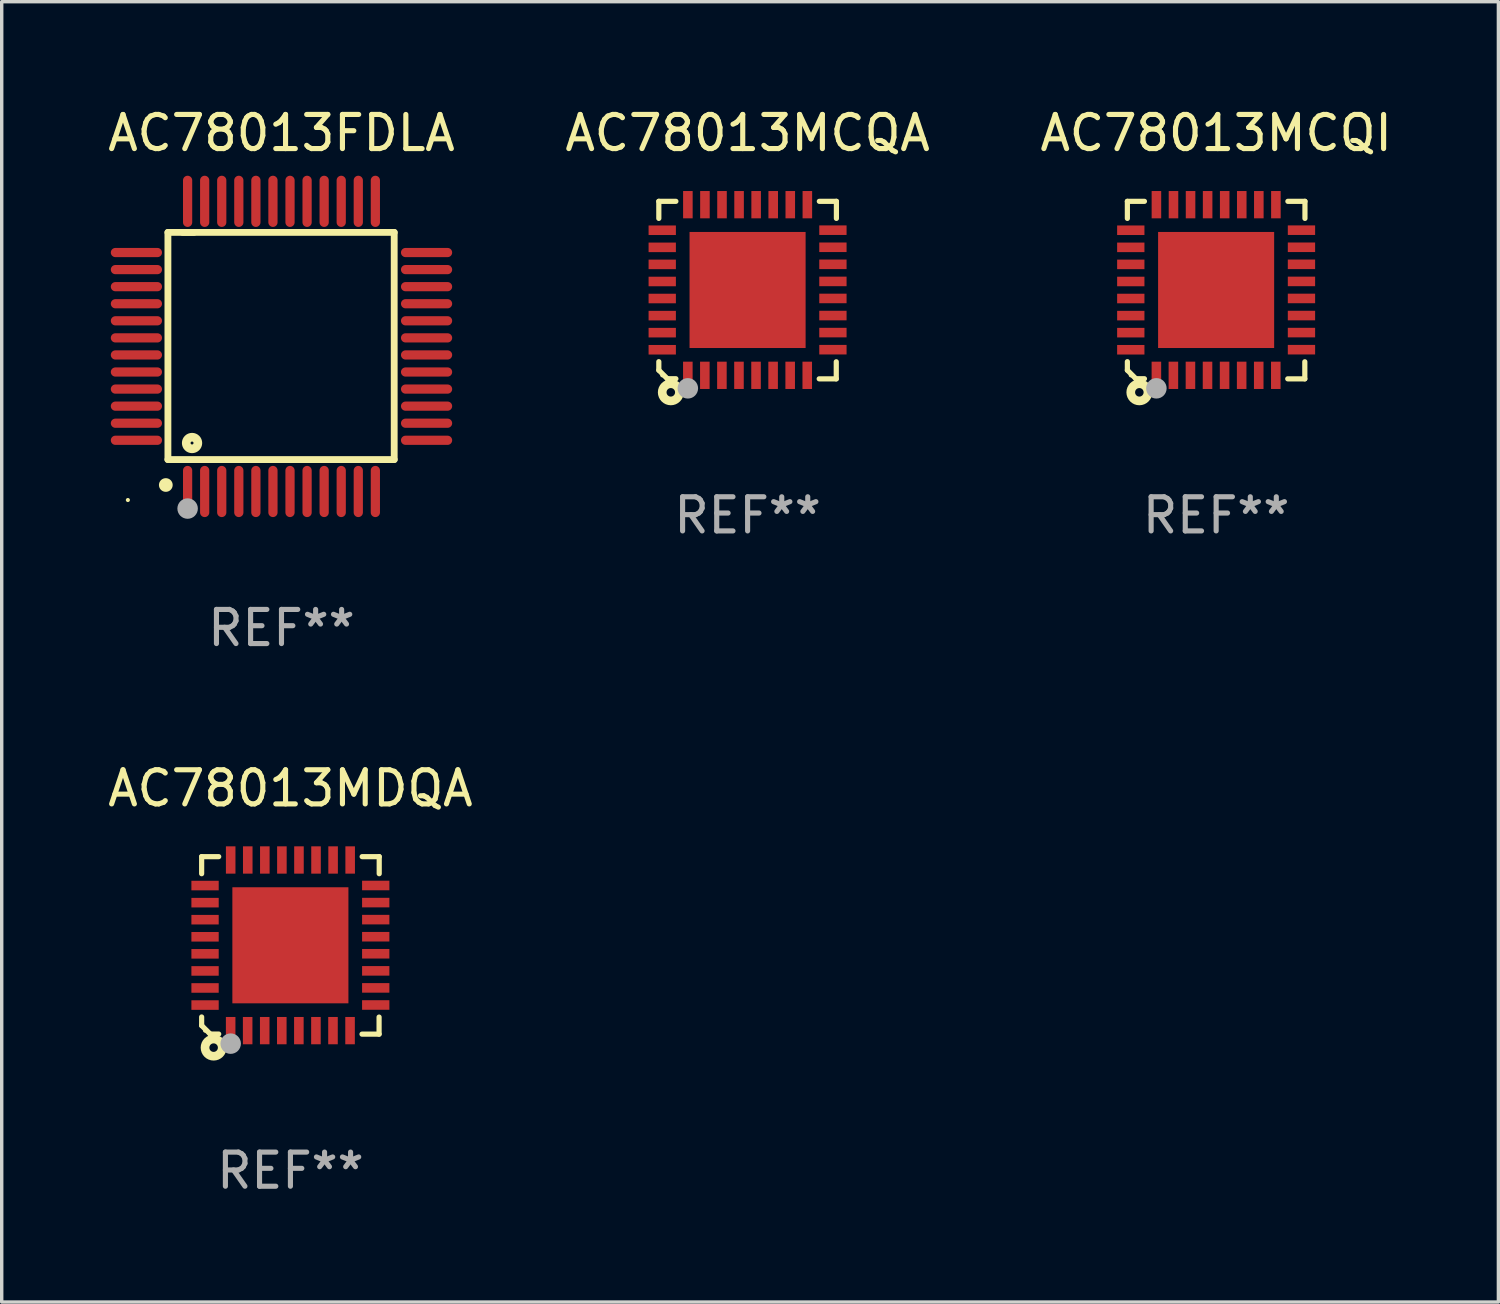
<source format=kicad_pcb>
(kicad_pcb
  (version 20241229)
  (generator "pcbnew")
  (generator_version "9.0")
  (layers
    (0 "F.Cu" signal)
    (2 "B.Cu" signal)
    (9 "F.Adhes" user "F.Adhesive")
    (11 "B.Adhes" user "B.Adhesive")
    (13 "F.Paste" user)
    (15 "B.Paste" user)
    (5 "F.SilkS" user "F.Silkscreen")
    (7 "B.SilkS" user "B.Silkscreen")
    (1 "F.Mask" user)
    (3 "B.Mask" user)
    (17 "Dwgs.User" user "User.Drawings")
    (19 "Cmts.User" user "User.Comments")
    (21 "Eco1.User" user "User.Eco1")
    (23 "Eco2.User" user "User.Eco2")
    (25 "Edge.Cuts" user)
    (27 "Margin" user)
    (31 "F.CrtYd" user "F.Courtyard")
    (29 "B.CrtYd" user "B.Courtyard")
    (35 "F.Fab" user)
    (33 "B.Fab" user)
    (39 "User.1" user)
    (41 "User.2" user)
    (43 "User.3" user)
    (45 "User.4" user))
  (footprint "AC78013MCQA"
    (layer "F.Cu")
    (at 18.851 5.448)
    (property "Reference" "AC78013MCQA" (at 0 -4.6 0) (layer "F.SilkS") (effects (font (size 1 1) (thickness 0.15))))
    (attr through_hole)
    (fp_line (start -2.601 2.097) (end -2.601 2.347) (stroke (width 0.152) (type solid)) (layer "F.SilkS"))
    (fp_line (start -2.601 2.347) (end -2.351 2.597) (stroke (width 0.152) (type solid)) (layer "F.SilkS"))
    (fp_line (start -2.601 -2.6) (end -2.601 -2.1) (stroke (width 0.152) (type solid)) (layer "F.SilkS"))
    (fp_line (start -2.601 -2.6) (end -2.101 -2.6) (stroke (width 0.152) (type solid)) (layer "F.SilkS"))
    (fp_line (start -2.351 2.597) (end -2.101 2.597) (stroke (width 0.152) (type solid)) (layer "F.SilkS"))
    (fp_line (start 2.597 2.6) (end 2.097 2.6) (stroke (width 0.152) (type solid)) (layer "F.SilkS"))
    (fp_line (start 2.597 2.6) (end 2.597 2.1) (stroke (width 0.152) (type solid)) (layer "F.SilkS"))
    (fp_line (start 2.601 -2.6) (end 2.101 -2.6) (stroke (width 0.152) (type solid)) (layer "F.SilkS"))
    (fp_line (start 2.601 -2.6) (end 2.601 -2.1) (stroke (width 0.152) (type solid)) (layer "F.SilkS"))
    (fp_circle (center -2.501 2.497) (end -2.471 2.497) (stroke (width 0.06) (type solid)) (fill no) (layer "F.SilkS"))
    (fp_circle (center -2.25 2.995) (end -2.125 2.995) (stroke (width 0.254) (type solid)) (fill no) (layer "F.SilkS"))
    (fp_circle (center -1.751 2.878) (end -1.601 2.878) (stroke (width 0.3) (type solid)) (fill no) (layer "F.Fab"))
    (fp_text user "REF**" (at 0 6.6 0) (layer "F.Fab") (effects (font (size 1 1) (thickness 0.15))))
    (pad "1" smd rect (at -1.751 2.497) (size 0.28 0.8) (layers "F.Cu" "F.Mask" "F.Paste"))
    (pad "2" smd rect (at -1.253 2.497) (size 0.28 0.8) (layers "F.Cu" "F.Mask" "F.Paste"))
    (pad "3" smd rect (at -0.753 2.497) (size 0.28 0.8) (layers "F.Cu" "F.Mask" "F.Paste"))
    (pad "4" smd rect (at -0.253 2.497) (size 0.28 0.8) (layers "F.Cu" "F.Mask" "F.Paste"))
    (pad "5" smd rect (at 0.247 2.497) (size 0.28 0.8) (layers "F.Cu" "F.Mask" "F.Paste"))
    (pad "6" smd rect (at 0.747 2.497) (size 0.28 0.8) (layers "F.Cu" "F.Mask" "F.Paste"))
    (pad "7" smd rect (at 1.247 2.497) (size 0.28 0.8) (layers "F.Cu" "F.Mask" "F.Paste"))
    (pad "8" smd rect (at 1.747 2.497) (size 0.28 0.8) (layers "F.Cu" "F.Mask" "F.Paste"))
    (pad "9" smd rect (at 2.499 1.746) (size 0.8 0.28) (layers "F.Cu" "F.Mask" "F.Paste"))
    (pad "10" smd rect (at 2.499 1.245) (size 0.8 0.28) (layers "F.Cu" "F.Mask" "F.Paste"))
    (pad "11" smd rect (at 2.499 0.746) (size 0.8 0.28) (layers "F.Cu" "F.Mask" "F.Paste"))
    (pad "12" smd rect (at 2.499 0.245) (size 0.8 0.28) (layers "F.Cu" "F.Mask" "F.Paste"))
    (pad "13" smd rect (at 2.499 -0.254) (size 0.8 0.28) (layers "F.Cu" "F.Mask" "F.Paste"))
    (pad "14" smd rect (at 2.499 -0.755) (size 0.8 0.28) (layers "F.Cu" "F.Mask" "F.Paste"))
    (pad "15" smd rect (at 2.499 -1.254) (size 0.8 0.28) (layers "F.Cu" "F.Mask" "F.Paste"))
    (pad "16" smd rect (at 2.499 -1.755) (size 0.8 0.28) (layers "F.Cu" "F.Mask" "F.Paste"))
    (pad "17" smd rect (at 1.75 -2.502) (size 0.28 0.8) (layers "F.Cu" "F.Mask" "F.Paste"))
    (pad "18" smd rect (at 1.25 -2.502) (size 0.28 0.8) (layers "F.Cu" "F.Mask" "F.Paste"))
    (pad "19" smd rect (at 0.75 -2.502) (size 0.28 0.8) (layers "F.Cu" "F.Mask" "F.Paste"))
    (pad "20" smd rect (at 0.25 -2.502) (size 0.28 0.8) (layers "F.Cu" "F.Mask" "F.Paste"))
    (pad "21" smd rect (at -0.25 -2.502) (size 0.28 0.8) (layers "F.Cu" "F.Mask" "F.Paste"))
    (pad "22" smd rect (at -0.75 -2.502) (size 0.28 0.8) (layers "F.Cu" "F.Mask" "F.Paste"))
    (pad "23" smd rect (at -1.25 -2.502) (size 0.28 0.8) (layers "F.Cu" "F.Mask" "F.Paste"))
    (pad "24" smd rect (at -1.75 -2.502) (size 0.28 0.8) (layers "F.Cu" "F.Mask" "F.Paste"))
    (pad "25" smd rect (at -2.501 -1.753) (size 0.8 0.28) (layers "F.Cu" "F.Mask" "F.Paste"))
    (pad "26" smd rect (at -2.501 -1.252) (size 0.8 0.28) (layers "F.Cu" "F.Mask" "F.Paste"))
    (pad "27" smd rect (at -2.501 -0.753) (size 0.8 0.28) (layers "F.Cu" "F.Mask" "F.Paste"))
    (pad "28" smd rect (at -2.501 -0.252) (size 0.8 0.28) (layers "F.Cu" "F.Mask" "F.Paste"))
    (pad "29" smd rect (at -2.501 0.247) (size 0.8 0.28) (layers "F.Cu" "F.Mask" "F.Paste"))
    (pad "30" smd rect (at -2.501 0.748) (size 0.8 0.28) (layers "F.Cu" "F.Mask" "F.Paste"))
    (pad "31" smd rect (at -2.501 1.247) (size 0.8 0.28) (layers "F.Cu" "F.Mask" "F.Paste"))
    (pad "32" smd rect (at -2.501 1.748) (size 0.8 0.28) (layers "F.Cu" "F.Mask" "F.Paste"))
    (pad "33" smd rect (at -0.001 -0.003 180) (size 3.4 3.4) (layers "F.Cu" "F.Mask" "F.Paste")))
  (footprint "AC78013MCQI"
    (layer "F.Cu")
    (at 32.577 5.448)
    (property "Reference" "AC78013MCQI" (at 0 -4.6 0) (layer "F.SilkS") (effects (font (size 1 1) (thickness 0.15))))
    (attr through_hole)
    (fp_line (start -2.601 2.097) (end -2.601 2.347) (stroke (width 0.152) (type solid)) (layer "F.SilkS"))
    (fp_line (start -2.601 2.347) (end -2.351 2.597) (stroke (width 0.152) (type solid)) (layer "F.SilkS"))
    (fp_line (start -2.601 -2.6) (end -2.601 -2.1) (stroke (width 0.152) (type solid)) (layer "F.SilkS"))
    (fp_line (start -2.601 -2.6) (end -2.101 -2.6) (stroke (width 0.152) (type solid)) (layer "F.SilkS"))
    (fp_line (start -2.351 2.597) (end -2.101 2.597) (stroke (width 0.152) (type solid)) (layer "F.SilkS"))
    (fp_line (start 2.597 2.6) (end 2.097 2.6) (stroke (width 0.152) (type solid)) (layer "F.SilkS"))
    (fp_line (start 2.597 2.6) (end 2.597 2.1) (stroke (width 0.152) (type solid)) (layer "F.SilkS"))
    (fp_line (start 2.601 -2.6) (end 2.101 -2.6) (stroke (width 0.152) (type solid)) (layer "F.SilkS"))
    (fp_line (start 2.601 -2.6) (end 2.601 -2.1) (stroke (width 0.152) (type solid)) (layer "F.SilkS"))
    (fp_circle (center -2.501 2.497) (end -2.471 2.497) (stroke (width 0.06) (type solid)) (fill no) (layer "F.SilkS"))
    (fp_circle (center -2.25 2.995) (end -2.125 2.995) (stroke (width 0.254) (type solid)) (fill no) (layer "F.SilkS"))
    (fp_circle (center -1.751 2.878) (end -1.601 2.878) (stroke (width 0.3) (type solid)) (fill no) (layer "F.Fab"))
    (fp_text user "REF**" (at 0 6.6 0) (layer "F.Fab") (effects (font (size 1 1) (thickness 0.15))))
    (pad "1" smd rect (at -1.751 2.497) (size 0.28 0.8) (layers "F.Cu" "F.Mask" "F.Paste"))
    (pad "2" smd rect (at -1.253 2.497) (size 0.28 0.8) (layers "F.Cu" "F.Mask" "F.Paste"))
    (pad "3" smd rect (at -0.753 2.497) (size 0.28 0.8) (layers "F.Cu" "F.Mask" "F.Paste"))
    (pad "4" smd rect (at -0.253 2.497) (size 0.28 0.8) (layers "F.Cu" "F.Mask" "F.Paste"))
    (pad "5" smd rect (at 0.247 2.497) (size 0.28 0.8) (layers "F.Cu" "F.Mask" "F.Paste"))
    (pad "6" smd rect (at 0.747 2.497) (size 0.28 0.8) (layers "F.Cu" "F.Mask" "F.Paste"))
    (pad "7" smd rect (at 1.247 2.497) (size 0.28 0.8) (layers "F.Cu" "F.Mask" "F.Paste"))
    (pad "8" smd rect (at 1.747 2.497) (size 0.28 0.8) (layers "F.Cu" "F.Mask" "F.Paste"))
    (pad "9" smd rect (at 2.499 1.746) (size 0.8 0.28) (layers "F.Cu" "F.Mask" "F.Paste"))
    (pad "10" smd rect (at 2.499 1.245) (size 0.8 0.28) (layers "F.Cu" "F.Mask" "F.Paste"))
    (pad "11" smd rect (at 2.499 0.746) (size 0.8 0.28) (layers "F.Cu" "F.Mask" "F.Paste"))
    (pad "12" smd rect (at 2.499 0.245) (size 0.8 0.28) (layers "F.Cu" "F.Mask" "F.Paste"))
    (pad "13" smd rect (at 2.499 -0.254) (size 0.8 0.28) (layers "F.Cu" "F.Mask" "F.Paste"))
    (pad "14" smd rect (at 2.499 -0.755) (size 0.8 0.28) (layers "F.Cu" "F.Mask" "F.Paste"))
    (pad "15" smd rect (at 2.499 -1.254) (size 0.8 0.28) (layers "F.Cu" "F.Mask" "F.Paste"))
    (pad "16" smd rect (at 2.499 -1.755) (size 0.8 0.28) (layers "F.Cu" "F.Mask" "F.Paste"))
    (pad "17" smd rect (at 1.75 -2.502) (size 0.28 0.8) (layers "F.Cu" "F.Mask" "F.Paste"))
    (pad "18" smd rect (at 1.25 -2.502) (size 0.28 0.8) (layers "F.Cu" "F.Mask" "F.Paste"))
    (pad "19" smd rect (at 0.75 -2.502) (size 0.28 0.8) (layers "F.Cu" "F.Mask" "F.Paste"))
    (pad "20" smd rect (at 0.25 -2.502) (size 0.28 0.8) (layers "F.Cu" "F.Mask" "F.Paste"))
    (pad "21" smd rect (at -0.25 -2.502) (size 0.28 0.8) (layers "F.Cu" "F.Mask" "F.Paste"))
    (pad "22" smd rect (at -0.75 -2.502) (size 0.28 0.8) (layers "F.Cu" "F.Mask" "F.Paste"))
    (pad "23" smd rect (at -1.25 -2.502) (size 0.28 0.8) (layers "F.Cu" "F.Mask" "F.Paste"))
    (pad "24" smd rect (at -1.75 -2.502) (size 0.28 0.8) (layers "F.Cu" "F.Mask" "F.Paste"))
    (pad "25" smd rect (at -2.501 -1.753) (size 0.8 0.28) (layers "F.Cu" "F.Mask" "F.Paste"))
    (pad "26" smd rect (at -2.501 -1.252) (size 0.8 0.28) (layers "F.Cu" "F.Mask" "F.Paste"))
    (pad "27" smd rect (at -2.501 -0.753) (size 0.8 0.28) (layers "F.Cu" "F.Mask" "F.Paste"))
    (pad "28" smd rect (at -2.501 -0.252) (size 0.8 0.28) (layers "F.Cu" "F.Mask" "F.Paste"))
    (pad "29" smd rect (at -2.501 0.247) (size 0.8 0.28) (layers "F.Cu" "F.Mask" "F.Paste"))
    (pad "30" smd rect (at -2.501 0.748) (size 0.8 0.28) (layers "F.Cu" "F.Mask" "F.Paste"))
    (pad "31" smd rect (at -2.501 1.247) (size 0.8 0.28) (layers "F.Cu" "F.Mask" "F.Paste"))
    (pad "32" smd rect (at -2.501 1.748) (size 0.8 0.28) (layers "F.Cu" "F.Mask" "F.Paste"))
    (pad "33" smd rect (at -0.001 -0.003 180) (size 3.4 3.4) (layers "F.Cu" "F.Mask" "F.Paste")))
  (footprint "AC78013MDQA"
    (layer "F.Cu")
    (at 5.458 24.645)
    (property "Reference" "AC78013MDQA" (at 0 -4.6 0) (layer "F.SilkS") (effects (font (size 1 1) (thickness 0.15))))
    (attr through_hole)
    (fp_line (start -2.601 2.097) (end -2.601 2.347) (stroke (width 0.152) (type solid)) (layer "F.SilkS"))
    (fp_line (start -2.601 2.347) (end -2.351 2.597) (stroke (width 0.152) (type solid)) (layer "F.SilkS"))
    (fp_line (start -2.601 -2.6) (end -2.601 -2.1) (stroke (width 0.152) (type solid)) (layer "F.SilkS"))
    (fp_line (start -2.601 -2.6) (end -2.101 -2.6) (stroke (width 0.152) (type solid)) (layer "F.SilkS"))
    (fp_line (start -2.351 2.597) (end -2.101 2.597) (stroke (width 0.152) (type solid)) (layer "F.SilkS"))
    (fp_line (start 2.597 2.6) (end 2.097 2.6) (stroke (width 0.152) (type solid)) (layer "F.SilkS"))
    (fp_line (start 2.597 2.6) (end 2.597 2.1) (stroke (width 0.152) (type solid)) (layer "F.SilkS"))
    (fp_line (start 2.601 -2.6) (end 2.101 -2.6) (stroke (width 0.152) (type solid)) (layer "F.SilkS"))
    (fp_line (start 2.601 -2.6) (end 2.601 -2.1) (stroke (width 0.152) (type solid)) (layer "F.SilkS"))
    (fp_circle (center -2.501 2.497) (end -2.471 2.497) (stroke (width 0.06) (type solid)) (fill no) (layer "F.SilkS"))
    (fp_circle (center -2.25 2.995) (end -2.125 2.995) (stroke (width 0.254) (type solid)) (fill no) (layer "F.SilkS"))
    (fp_circle (center -1.751 2.878) (end -1.601 2.878) (stroke (width 0.3) (type solid)) (fill no) (layer "F.Fab"))
    (fp_text user "REF**" (at 0 6.6 0) (layer "F.Fab") (effects (font (size 1 1) (thickness 0.15))))
    (pad "1" smd rect (at -1.751 2.497) (size 0.28 0.8) (layers "F.Cu" "F.Mask" "F.Paste"))
    (pad "2" smd rect (at -1.253 2.497) (size 0.28 0.8) (layers "F.Cu" "F.Mask" "F.Paste"))
    (pad "3" smd rect (at -0.753 2.497) (size 0.28 0.8) (layers "F.Cu" "F.Mask" "F.Paste"))
    (pad "4" smd rect (at -0.253 2.497) (size 0.28 0.8) (layers "F.Cu" "F.Mask" "F.Paste"))
    (pad "5" smd rect (at 0.247 2.497) (size 0.28 0.8) (layers "F.Cu" "F.Mask" "F.Paste"))
    (pad "6" smd rect (at 0.747 2.497) (size 0.28 0.8) (layers "F.Cu" "F.Mask" "F.Paste"))
    (pad "7" smd rect (at 1.247 2.497) (size 0.28 0.8) (layers "F.Cu" "F.Mask" "F.Paste"))
    (pad "8" smd rect (at 1.747 2.497) (size 0.28 0.8) (layers "F.Cu" "F.Mask" "F.Paste"))
    (pad "9" smd rect (at 2.499 1.746) (size 0.8 0.28) (layers "F.Cu" "F.Mask" "F.Paste"))
    (pad "10" smd rect (at 2.499 1.245) (size 0.8 0.28) (layers "F.Cu" "F.Mask" "F.Paste"))
    (pad "11" smd rect (at 2.499 0.746) (size 0.8 0.28) (layers "F.Cu" "F.Mask" "F.Paste"))
    (pad "12" smd rect (at 2.499 0.245) (size 0.8 0.28) (layers "F.Cu" "F.Mask" "F.Paste"))
    (pad "13" smd rect (at 2.499 -0.254) (size 0.8 0.28) (layers "F.Cu" "F.Mask" "F.Paste"))
    (pad "14" smd rect (at 2.499 -0.755) (size 0.8 0.28) (layers "F.Cu" "F.Mask" "F.Paste"))
    (pad "15" smd rect (at 2.499 -1.254) (size 0.8 0.28) (layers "F.Cu" "F.Mask" "F.Paste"))
    (pad "16" smd rect (at 2.499 -1.755) (size 0.8 0.28) (layers "F.Cu" "F.Mask" "F.Paste"))
    (pad "17" smd rect (at 1.75 -2.502) (size 0.28 0.8) (layers "F.Cu" "F.Mask" "F.Paste"))
    (pad "18" smd rect (at 1.25 -2.502) (size 0.28 0.8) (layers "F.Cu" "F.Mask" "F.Paste"))
    (pad "19" smd rect (at 0.75 -2.502) (size 0.28 0.8) (layers "F.Cu" "F.Mask" "F.Paste"))
    (pad "20" smd rect (at 0.25 -2.502) (size 0.28 0.8) (layers "F.Cu" "F.Mask" "F.Paste"))
    (pad "21" smd rect (at -0.25 -2.502) (size 0.28 0.8) (layers "F.Cu" "F.Mask" "F.Paste"))
    (pad "22" smd rect (at -0.75 -2.502) (size 0.28 0.8) (layers "F.Cu" "F.Mask" "F.Paste"))
    (pad "23" smd rect (at -1.25 -2.502) (size 0.28 0.8) (layers "F.Cu" "F.Mask" "F.Paste"))
    (pad "24" smd rect (at -1.75 -2.502) (size 0.28 0.8) (layers "F.Cu" "F.Mask" "F.Paste"))
    (pad "25" smd rect (at -2.501 -1.753) (size 0.8 0.28) (layers "F.Cu" "F.Mask" "F.Paste"))
    (pad "26" smd rect (at -2.501 -1.252) (size 0.8 0.28) (layers "F.Cu" "F.Mask" "F.Paste"))
    (pad "27" smd rect (at -2.501 -0.753) (size 0.8 0.28) (layers "F.Cu" "F.Mask" "F.Paste"))
    (pad "28" smd rect (at -2.501 -0.252) (size 0.8 0.28) (layers "F.Cu" "F.Mask" "F.Paste"))
    (pad "29" smd rect (at -2.501 0.247) (size 0.8 0.28) (layers "F.Cu" "F.Mask" "F.Paste"))
    (pad "30" smd rect (at -2.501 0.748) (size 0.8 0.28) (layers "F.Cu" "F.Mask" "F.Paste"))
    (pad "31" smd rect (at -2.501 1.247) (size 0.8 0.28) (layers "F.Cu" "F.Mask" "F.Paste"))
    (pad "32" smd rect (at -2.501 1.748) (size 0.8 0.28) (layers "F.Cu" "F.Mask" "F.Paste"))
    (pad "33" smd rect (at -0.001 -0.003 180) (size 3.4 3.4) (layers "F.Cu" "F.Mask" "F.Paste")))
  (footprint "AC78013FDLA"
    (layer "F.Cu")
    (at 5.196 7.098)
    (property "Reference" "AC78013FDLA" (at 0 -6.25 0) (layer "F.SilkS") (effects (font (size 1 1) (thickness 0.15))))
    (attr through_hole)
    (fp_line (start -3.327 -3.34) (end -2.565 -3.34) (stroke (width 0.2) (type solid)) (layer "F.SilkS"))
    (fp_line (start -3.327 3.315) (end -3.327 -3.34) (stroke (width 0.2) (type solid)) (layer "F.SilkS"))
    (fp_line (start -2.896 -3.34) (end 3.302 -3.34) (stroke (width 0.2) (type solid)) (layer "F.SilkS"))
    (fp_line (start 3.302 -3.34) (end 3.302 3.315) (stroke (width 0.2) (type solid)) (layer "F.SilkS"))
    (fp_line (start 3.302 3.315) (end -3.327 3.315) (stroke (width 0.2) (type solid)) (layer "F.SilkS"))
    (fp_arc (start -3.389992 4.059995) (mid -3.388722 4.059991) (end -3.387452 4.059995) (stroke (width 0.4) (type solid)) (layer "F.SilkS"))
    (fp_circle (center -4.5 4.5) (end -4.47 4.5) (stroke (width 0.06) (type solid)) (fill no) (layer "F.SilkS"))
    (fp_circle (center -2.62 2.83) (end -2.45 2.83) (stroke (width 0.254) (type solid)) (fill no) (layer "F.SilkS"))
    (fp_circle (center -2.75 4.75) (end -2.6 4.75) (stroke (width 0.3) (type solid)) (fill no) (layer "F.Fab"))
    (fp_text user "REF**" (at 0 8.25 0) (layer "F.Fab") (effects (font (size 1 1) (thickness 0.15))))
    (pad "1" smd oval (at -2.75 4.25) (size 0.27 1.5) (layers "F.Cu" "F.Mask" "F.Paste"))
    (pad "2" smd oval (at -2.25 4.25) (size 0.27 1.5) (layers "F.Cu" "F.Mask" "F.Paste"))
    (pad "3" smd oval (at -1.75 4.25) (size 0.27 1.5) (layers "F.Cu" "F.Mask" "F.Paste"))
    (pad "4" smd oval (at -1.25 4.25) (size 0.27 1.5) (layers "F.Cu" "F.Mask" "F.Paste"))
    (pad "5" smd oval (at -0.75 4.25) (size 0.27 1.5) (layers "F.Cu" "F.Mask" "F.Paste"))
    (pad "6" smd oval (at -0.25 4.25) (size 0.27 1.5) (layers "F.Cu" "F.Mask" "F.Paste"))
    (pad "7" smd oval (at 0.25 4.25) (size 0.27 1.5) (layers "F.Cu" "F.Mask" "F.Paste"))
    (pad "8" smd oval (at 0.75 4.25) (size 0.27 1.5) (layers "F.Cu" "F.Mask" "F.Paste"))
    (pad "9" smd oval (at 1.25 4.25) (size 0.27 1.5) (layers "F.Cu" "F.Mask" "F.Paste"))
    (pad "10" smd oval (at 1.75 4.25) (size 0.27 1.5) (layers "F.Cu" "F.Mask" "F.Paste"))
    (pad "11" smd oval (at 2.25 4.25) (size 0.27 1.5) (layers "F.Cu" "F.Mask" "F.Paste"))
    (pad "12" smd oval (at 2.75 4.25) (size 0.27 1.5) (layers "F.Cu" "F.Mask" "F.Paste"))
    (pad "13" smd oval (at 4.25 2.75) (size 1.5 0.27) (layers "F.Cu" "F.Mask" "F.Paste"))
    (pad "14" smd oval (at 4.25 2.25) (size 1.5 0.27) (layers "F.Cu" "F.Mask" "F.Paste"))
    (pad "15" smd oval (at 4.25 1.75) (size 1.5 0.27) (layers "F.Cu" "F.Mask" "F.Paste"))
    (pad "16" smd oval (at 4.25 1.25) (size 1.5 0.27) (layers "F.Cu" "F.Mask" "F.Paste"))
    (pad "17" smd oval (at 4.25 0.75) (size 1.5 0.27) (layers "F.Cu" "F.Mask" "F.Paste"))
    (pad "18" smd oval (at 4.25 0.25) (size 1.5 0.27) (layers "F.Cu" "F.Mask" "F.Paste"))
    (pad "19" smd oval (at 4.25 -0.25) (size 1.5 0.27) (layers "F.Cu" "F.Mask" "F.Paste"))
    (pad "20" smd oval (at 4.25 -0.75) (size 1.5 0.27) (layers "F.Cu" "F.Mask" "F.Paste"))
    (pad "21" smd oval (at 4.25 -1.25) (size 1.5 0.27) (layers "F.Cu" "F.Mask" "F.Paste"))
    (pad "22" smd oval (at 4.25 -1.75) (size 1.5 0.27) (layers "F.Cu" "F.Mask" "F.Paste"))
    (pad "23" smd oval (at 4.25 -2.25) (size 1.5 0.27) (layers "F.Cu" "F.Mask" "F.Paste"))
    (pad "24" smd oval (at 4.25 -2.75) (size 1.5 0.27) (layers "F.Cu" "F.Mask" "F.Paste"))
    (pad "25" smd oval (at 2.75 -4.25) (size 0.27 1.5) (layers "F.Cu" "F.Mask" "F.Paste"))
    (pad "26" smd oval (at 2.25 -4.25) (size 0.27 1.5) (layers "F.Cu" "F.Mask" "F.Paste"))
    (pad "27" smd oval (at 1.75 -4.25) (size 0.27 1.5) (layers "F.Cu" "F.Mask" "F.Paste"))
    (pad "28" smd oval (at 1.25 -4.25) (size 0.27 1.5) (layers "F.Cu" "F.Mask" "F.Paste"))
    (pad "29" smd oval (at 0.75 -4.25) (size 0.27 1.5) (layers "F.Cu" "F.Mask" "F.Paste"))
    (pad "30" smd oval (at 0.25 -4.25) (size 0.27 1.5) (layers "F.Cu" "F.Mask" "F.Paste"))
    (pad "31" smd oval (at -0.25 -4.25) (size 0.27 1.5) (layers "F.Cu" "F.Mask" "F.Paste"))
    (pad "32" smd oval (at -0.75 -4.25) (size 0.27 1.5) (layers "F.Cu" "F.Mask" "F.Paste"))
    (pad "33" smd oval (at -1.25 -4.25) (size 0.27 1.5) (layers "F.Cu" "F.Mask" "F.Paste"))
    (pad "34" smd oval (at -1.75 -4.25) (size 0.27 1.5) (layers "F.Cu" "F.Mask" "F.Paste"))
    (pad "35" smd oval (at -2.25 -4.25) (size 0.27 1.5) (layers "F.Cu" "F.Mask" "F.Paste"))
    (pad "36" smd oval (at -2.75 -4.25) (size 0.27 1.5) (layers "F.Cu" "F.Mask" "F.Paste"))
    (pad "37" smd oval (at -4.25 -2.75) (size 1.5 0.27) (layers "F.Cu" "F.Mask" "F.Paste"))
    (pad "38" smd oval (at -4.25 -2.25) (size 1.5 0.27) (layers "F.Cu" "F.Mask" "F.Paste"))
    (pad "39" smd oval (at -4.25 -1.75) (size 1.5 0.27) (layers "F.Cu" "F.Mask" "F.Paste"))
    (pad "40" smd oval (at -4.25 -1.25) (size 1.5 0.27) (layers "F.Cu" "F.Mask" "F.Paste"))
    (pad "41" smd oval (at -4.25 -0.75) (size 1.5 0.27) (layers "F.Cu" "F.Mask" "F.Paste"))
    (pad "42" smd oval (at -4.25 -0.25) (size 1.5 0.27) (layers "F.Cu" "F.Mask" "F.Paste"))
    (pad "43" smd oval (at -4.25 0.25) (size 1.5 0.27) (layers "F.Cu" "F.Mask" "F.Paste"))
    (pad "44" smd oval (at -4.25 0.75) (size 1.5 0.27) (layers "F.Cu" "F.Mask" "F.Paste"))
    (pad "45" smd oval (at -4.25 1.25) (size 1.5 0.27) (layers "F.Cu" "F.Mask" "F.Paste"))
    (pad "46" smd oval (at -4.25 1.75) (size 1.5 0.27) (layers "F.Cu" "F.Mask" "F.Paste"))
    (pad "47" smd oval (at -4.25 2.25) (size 1.5 0.27) (layers "F.Cu" "F.Mask" "F.Paste"))
    (pad "48" smd oval (at -4.25 2.75) (size 1.5 0.27) (layers "F.Cu" "F.Mask" "F.Paste")))
  (gr_rect
    (start -3 -3)
    (end 40.845 35.093)
    (stroke (width 0.1) (type default))
    (fill no)
    (layer "Edge.Cuts")))
</source>
